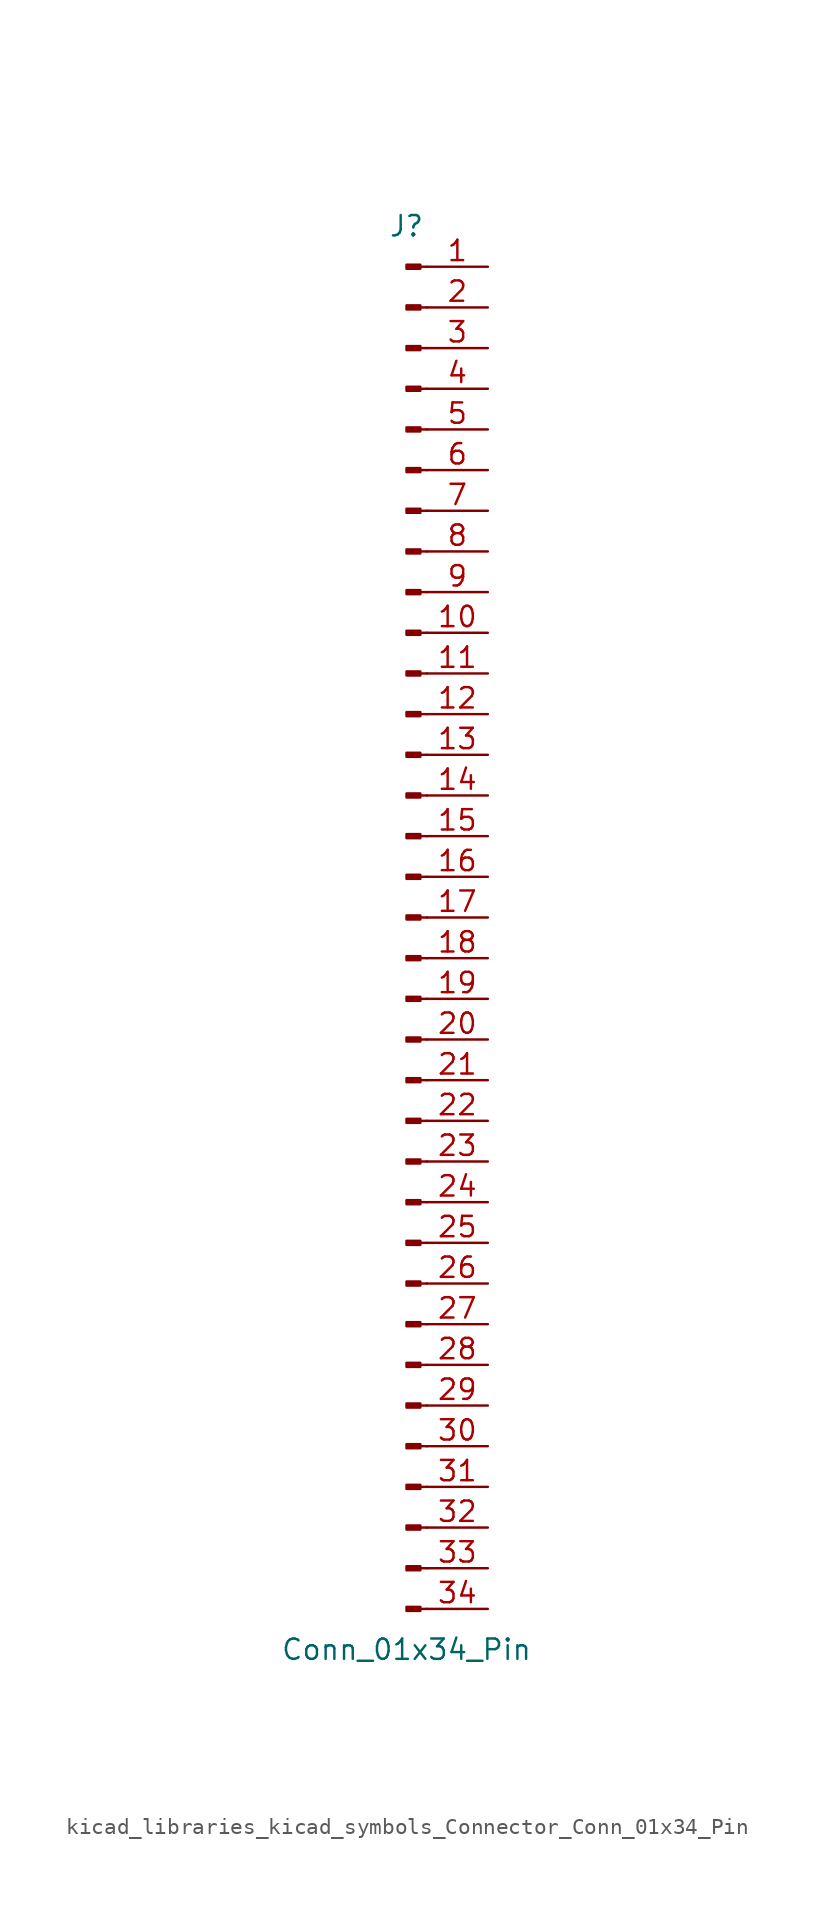
<source format=kicad_sym>
(kicad_symbol_lib
  (version 20220914)
  (generator kicad_symbol_editor)
  (symbol "kicad_libraries_kicad_symbols_Connector_Conn_01x34_Pin"
    (pin_names
      (offset 1.016) hide)
    (property "Reference" "J"
      (at 0 43.18 0)
      (effects (font (size 1.27 1.27))))
    (property "Value" "Conn_01x34_Pin"
      (at 0 -45.72 0)
      (effects (font (size 1.27 1.27))))
    (property "ki_locked" ""
      (at 0 0 0)
      (effects (font (size 1.27 1.27))))
    (symbol "kicad_libraries_kicad_symbols_Connector_Conn_01x34_Pin_1_1"
      (polyline (pts (xy 1.27 -43.18) (xy 0.864 -43.18)) (stroke (width 0.152) (type default)) (fill (type none)))
      (polyline (pts (xy 1.27 -40.64) (xy 0.864 -40.64)) (stroke (width 0.152) (type default)) (fill (type none)))
      (polyline (pts (xy 1.27 -38.1) (xy 0.864 -38.1)) (stroke (width 0.152) (type default)) (fill (type none)))
      (polyline (pts (xy 1.27 -35.56) (xy 0.864 -35.56)) (stroke (width 0.152) (type default)) (fill (type none)))
      (polyline (pts (xy 1.27 -33.02) (xy 0.864 -33.02)) (stroke (width 0.152) (type default)) (fill (type none)))
      (polyline (pts (xy 1.27 -30.48) (xy 0.864 -30.48)) (stroke (width 0.152) (type default)) (fill (type none)))
      (polyline (pts (xy 1.27 -27.94) (xy 0.864 -27.94)) (stroke (width 0.152) (type default)) (fill (type none)))
      (polyline (pts (xy 1.27 -25.4) (xy 0.864 -25.4)) (stroke (width 0.152) (type default)) (fill (type none)))
      (polyline (pts (xy 1.27 -22.86) (xy 0.864 -22.86)) (stroke (width 0.152) (type default)) (fill (type none)))
      (polyline (pts (xy 1.27 -20.32) (xy 0.864 -20.32)) (stroke (width 0.152) (type default)) (fill (type none)))
      (polyline (pts (xy 1.27 -17.78) (xy 0.864 -17.78)) (stroke (width 0.152) (type default)) (fill (type none)))
      (polyline (pts (xy 1.27 -15.24) (xy 0.864 -15.24)) (stroke (width 0.152) (type default)) (fill (type none)))
      (polyline (pts (xy 1.27 -12.7) (xy 0.864 -12.7)) (stroke (width 0.152) (type default)) (fill (type none)))
      (polyline (pts (xy 1.27 -10.16) (xy 0.864 -10.16)) (stroke (width 0.152) (type default)) (fill (type none)))
      (polyline (pts (xy 1.27 -7.62) (xy 0.864 -7.62)) (stroke (width 0.152) (type default)) (fill (type none)))
      (polyline (pts (xy 1.27 -5.08) (xy 0.864 -5.08)) (stroke (width 0.152) (type default)) (fill (type none)))
      (polyline (pts (xy 1.27 -2.54) (xy 0.864 -2.54)) (stroke (width 0.152) (type default)) (fill (type none)))
      (polyline (pts (xy 1.27 0) (xy 0.864 0)) (stroke (width 0.152) (type default)) (fill (type none)))
      (polyline (pts (xy 1.27 2.54) (xy 0.864 2.54)) (stroke (width 0.152) (type default)) (fill (type none)))
      (polyline (pts (xy 1.27 5.08) (xy 0.864 5.08)) (stroke (width 0.152) (type default)) (fill (type none)))
      (polyline (pts (xy 1.27 7.62) (xy 0.864 7.62)) (stroke (width 0.152) (type default)) (fill (type none)))
      (polyline (pts (xy 1.27 10.16) (xy 0.864 10.16)) (stroke (width 0.152) (type default)) (fill (type none)))
      (polyline (pts (xy 1.27 12.7) (xy 0.864 12.7)) (stroke (width 0.152) (type default)) (fill (type none)))
      (polyline (pts (xy 1.27 15.24) (xy 0.864 15.24)) (stroke (width 0.152) (type default)) (fill (type none)))
      (polyline (pts (xy 1.27 17.78) (xy 0.864 17.78)) (stroke (width 0.152) (type default)) (fill (type none)))
      (polyline (pts (xy 1.27 20.32) (xy 0.864 20.32)) (stroke (width 0.152) (type default)) (fill (type none)))
      (polyline (pts (xy 1.27 22.86) (xy 0.864 22.86)) (stroke (width 0.152) (type default)) (fill (type none)))
      (polyline (pts (xy 1.27 25.4) (xy 0.864 25.4)) (stroke (width 0.152) (type default)) (fill (type none)))
      (polyline (pts (xy 1.27 27.94) (xy 0.864 27.94)) (stroke (width 0.152) (type default)) (fill (type none)))
      (polyline (pts (xy 1.27 30.48) (xy 0.864 30.48)) (stroke (width 0.152) (type default)) (fill (type none)))
      (polyline (pts (xy 1.27 33.02) (xy 0.864 33.02)) (stroke (width 0.152) (type default)) (fill (type none)))
      (polyline (pts (xy 1.27 35.56) (xy 0.864 35.56)) (stroke (width 0.152) (type default)) (fill (type none)))
      (polyline (pts (xy 1.27 38.1) (xy 0.864 38.1)) (stroke (width 0.152) (type default)) (fill (type none)))
      (polyline (pts (xy 1.27 40.64) (xy 0.864 40.64)) (stroke (width 0.152) (type default)) (fill (type none)))
      (rectangle (start 0.864 -43.053) (end 0 -43.307) (stroke (width 0.152) (type default)) (fill (type outline)))
      (rectangle (start 0.864 -40.513) (end 0 -40.767) (stroke (width 0.152) (type default)) (fill (type outline)))
      (rectangle (start 0.864 -37.973) (end 0 -38.227) (stroke (width 0.152) (type default)) (fill (type outline)))
      (rectangle (start 0.864 -35.433) (end 0 -35.687) (stroke (width 0.152) (type default)) (fill (type outline)))
      (rectangle (start 0.864 -32.893) (end 0 -33.147) (stroke (width 0.152) (type default)) (fill (type outline)))
      (rectangle (start 0.864 -30.353) (end 0 -30.607) (stroke (width 0.152) (type default)) (fill (type outline)))
      (rectangle (start 0.864 -27.813) (end 0 -28.067) (stroke (width 0.152) (type default)) (fill (type outline)))
      (rectangle (start 0.864 -25.273) (end 0 -25.527) (stroke (width 0.152) (type default)) (fill (type outline)))
      (rectangle (start 0.864 -22.733) (end 0 -22.987) (stroke (width 0.152) (type default)) (fill (type outline)))
      (rectangle (start 0.864 -20.193) (end 0 -20.447) (stroke (width 0.152) (type default)) (fill (type outline)))
      (rectangle (start 0.864 -17.653) (end 0 -17.907) (stroke (width 0.152) (type default)) (fill (type outline)))
      (rectangle (start 0.864 -15.113) (end 0 -15.367) (stroke (width 0.152) (type default)) (fill (type outline)))
      (rectangle (start 0.864 -12.573) (end 0 -12.827) (stroke (width 0.152) (type default)) (fill (type outline)))
      (rectangle (start 0.864 -10.033) (end 0 -10.287) (stroke (width 0.152) (type default)) (fill (type outline)))
      (rectangle (start 0.864 -7.493) (end 0 -7.747) (stroke (width 0.152) (type default)) (fill (type outline)))
      (rectangle (start 0.864 -4.953) (end 0 -5.207) (stroke (width 0.152) (type default)) (fill (type outline)))
      (rectangle (start 0.864 -2.413) (end 0 -2.667) (stroke (width 0.152) (type default)) (fill (type outline)))
      (rectangle (start 0.864 0.127) (end 0 -0.127) (stroke (width 0.152) (type default)) (fill (type outline)))
      (rectangle (start 0.864 2.667) (end 0 2.413) (stroke (width 0.152) (type default)) (fill (type outline)))
      (rectangle (start 0.864 5.207) (end 0 4.953) (stroke (width 0.152) (type default)) (fill (type outline)))
      (rectangle (start 0.864 7.747) (end 0 7.493) (stroke (width 0.152) (type default)) (fill (type outline)))
      (rectangle (start 0.864 10.287) (end 0 10.033) (stroke (width 0.152) (type default)) (fill (type outline)))
      (rectangle (start 0.864 12.827) (end 0 12.573) (stroke (width 0.152) (type default)) (fill (type outline)))
      (rectangle (start 0.864 15.367) (end 0 15.113) (stroke (width 0.152) (type default)) (fill (type outline)))
      (rectangle (start 0.864 17.907) (end 0 17.653) (stroke (width 0.152) (type default)) (fill (type outline)))
      (rectangle (start 0.864 20.447) (end 0 20.193) (stroke (width 0.152) (type default)) (fill (type outline)))
      (rectangle (start 0.864 22.987) (end 0 22.733) (stroke (width 0.152) (type default)) (fill (type outline)))
      (rectangle (start 0.864 25.527) (end 0 25.273) (stroke (width 0.152) (type default)) (fill (type outline)))
      (rectangle (start 0.864 28.067) (end 0 27.813) (stroke (width 0.152) (type default)) (fill (type outline)))
      (rectangle (start 0.864 30.607) (end 0 30.353) (stroke (width 0.152) (type default)) (fill (type outline)))
      (rectangle (start 0.864 33.147) (end 0 32.893) (stroke (width 0.152) (type default)) (fill (type outline)))
      (rectangle (start 0.864 35.687) (end 0 35.433) (stroke (width 0.152) (type default)) (fill (type outline)))
      (rectangle (start 0.864 38.227) (end 0 37.973) (stroke (width 0.152) (type default)) (fill (type outline)))
      (rectangle (start 0.864 40.767) (end 0 40.513) (stroke (width 0.152) (type default)) (fill (type outline)))
      (pin passive line (at 5.08 40.64 180) (length 3.81) (name "Pin_1" (effects (font (size 1.27 1.27)))) (number "1" (effects (font (size 1.27 1.27)))))
      (pin passive line (at 5.08 17.78 180) (length 3.81) (name "Pin_10" (effects (font (size 1.27 1.27)))) (number "10" (effects (font (size 1.27 1.27)))))
      (pin passive line (at 5.08 15.24 180) (length 3.81) (name "Pin_11" (effects (font (size 1.27 1.27)))) (number "11" (effects (font (size 1.27 1.27)))))
      (pin passive line (at 5.08 12.7 180) (length 3.81) (name "Pin_12" (effects (font (size 1.27 1.27)))) (number "12" (effects (font (size 1.27 1.27)))))
      (pin passive line (at 5.08 10.16 180) (length 3.81) (name "Pin_13" (effects (font (size 1.27 1.27)))) (number "13" (effects (font (size 1.27 1.27)))))
      (pin passive line (at 5.08 7.62 180) (length 3.81) (name "Pin_14" (effects (font (size 1.27 1.27)))) (number "14" (effects (font (size 1.27 1.27)))))
      (pin passive line (at 5.08 5.08 180) (length 3.81) (name "Pin_15" (effects (font (size 1.27 1.27)))) (number "15" (effects (font (size 1.27 1.27)))))
      (pin passive line (at 5.08 2.54 180) (length 3.81) (name "Pin_16" (effects (font (size 1.27 1.27)))) (number "16" (effects (font (size 1.27 1.27)))))
      (pin passive line (at 5.08 0 180) (length 3.81) (name "Pin_17" (effects (font (size 1.27 1.27)))) (number "17" (effects (font (size 1.27 1.27)))))
      (pin passive line (at 5.08 -2.54 180) (length 3.81) (name "Pin_18" (effects (font (size 1.27 1.27)))) (number "18" (effects (font (size 1.27 1.27)))))
      (pin passive line (at 5.08 -5.08 180) (length 3.81) (name "Pin_19" (effects (font (size 1.27 1.27)))) (number "19" (effects (font (size 1.27 1.27)))))
      (pin passive line (at 5.08 38.1 180) (length 3.81) (name "Pin_2" (effects (font (size 1.27 1.27)))) (number "2" (effects (font (size 1.27 1.27)))))
      (pin passive line (at 5.08 -7.62 180) (length 3.81) (name "Pin_20" (effects (font (size 1.27 1.27)))) (number "20" (effects (font (size 1.27 1.27)))))
      (pin passive line (at 5.08 -10.16 180) (length 3.81) (name "Pin_21" (effects (font (size 1.27 1.27)))) (number "21" (effects (font (size 1.27 1.27)))))
      (pin passive line (at 5.08 -12.7 180) (length 3.81) (name "Pin_22" (effects (font (size 1.27 1.27)))) (number "22" (effects (font (size 1.27 1.27)))))
      (pin passive line (at 5.08 -15.24 180) (length 3.81) (name "Pin_23" (effects (font (size 1.27 1.27)))) (number "23" (effects (font (size 1.27 1.27)))))
      (pin passive line (at 5.08 -17.78 180) (length 3.81) (name "Pin_24" (effects (font (size 1.27 1.27)))) (number "24" (effects (font (size 1.27 1.27)))))
      (pin passive line (at 5.08 -20.32 180) (length 3.81) (name "Pin_25" (effects (font (size 1.27 1.27)))) (number "25" (effects (font (size 1.27 1.27)))))
      (pin passive line (at 5.08 -22.86 180) (length 3.81) (name "Pin_26" (effects (font (size 1.27 1.27)))) (number "26" (effects (font (size 1.27 1.27)))))
      (pin passive line (at 5.08 -25.4 180) (length 3.81) (name "Pin_27" (effects (font (size 1.27 1.27)))) (number "27" (effects (font (size 1.27 1.27)))))
      (pin passive line (at 5.08 -27.94 180) (length 3.81) (name "Pin_28" (effects (font (size 1.27 1.27)))) (number "28" (effects (font (size 1.27 1.27)))))
      (pin passive line (at 5.08 -30.48 180) (length 3.81) (name "Pin_29" (effects (font (size 1.27 1.27)))) (number "29" (effects (font (size 1.27 1.27)))))
      (pin passive line (at 5.08 35.56 180) (length 3.81) (name "Pin_3" (effects (font (size 1.27 1.27)))) (number "3" (effects (font (size 1.27 1.27)))))
      (pin passive line (at 5.08 -33.02 180) (length 3.81) (name "Pin_30" (effects (font (size 1.27 1.27)))) (number "30" (effects (font (size 1.27 1.27)))))
      (pin passive line (at 5.08 -35.56 180) (length 3.81) (name "Pin_31" (effects (font (size 1.27 1.27)))) (number "31" (effects (font (size 1.27 1.27)))))
      (pin passive line (at 5.08 -38.1 180) (length 3.81) (name "Pin_32" (effects (font (size 1.27 1.27)))) (number "32" (effects (font (size 1.27 1.27)))))
      (pin passive line (at 5.08 -40.64 180) (length 3.81) (name "Pin_33" (effects (font (size 1.27 1.27)))) (number "33" (effects (font (size 1.27 1.27)))))
      (pin passive line (at 5.08 -43.18 180) (length 3.81) (name "Pin_34" (effects (font (size 1.27 1.27)))) (number "34" (effects (font (size 1.27 1.27)))))
      (pin passive line (at 5.08 33.02 180) (length 3.81) (name "Pin_4" (effects (font (size 1.27 1.27)))) (number "4" (effects (font (size 1.27 1.27)))))
      (pin passive line (at 5.08 30.48 180) (length 3.81) (name "Pin_5" (effects (font (size 1.27 1.27)))) (number "5" (effects (font (size 1.27 1.27)))))
      (pin passive line (at 5.08 27.94 180) (length 3.81) (name "Pin_6" (effects (font (size 1.27 1.27)))) (number "6" (effects (font (size 1.27 1.27)))))
      (pin passive line (at 5.08 25.4 180) (length 3.81) (name "Pin_7" (effects (font (size 1.27 1.27)))) (number "7" (effects (font (size 1.27 1.27)))))
      (pin passive line (at 5.08 22.86 180) (length 3.81) (name "Pin_8" (effects (font (size 1.27 1.27)))) (number "8" (effects (font (size 1.27 1.27)))))
      (pin passive line (at 5.08 20.32 180) (length 3.81) (name "Pin_9" (effects (font (size 1.27 1.27)))) (number "9" (effects (font (size 1.27 1.27))))))))
</source>
